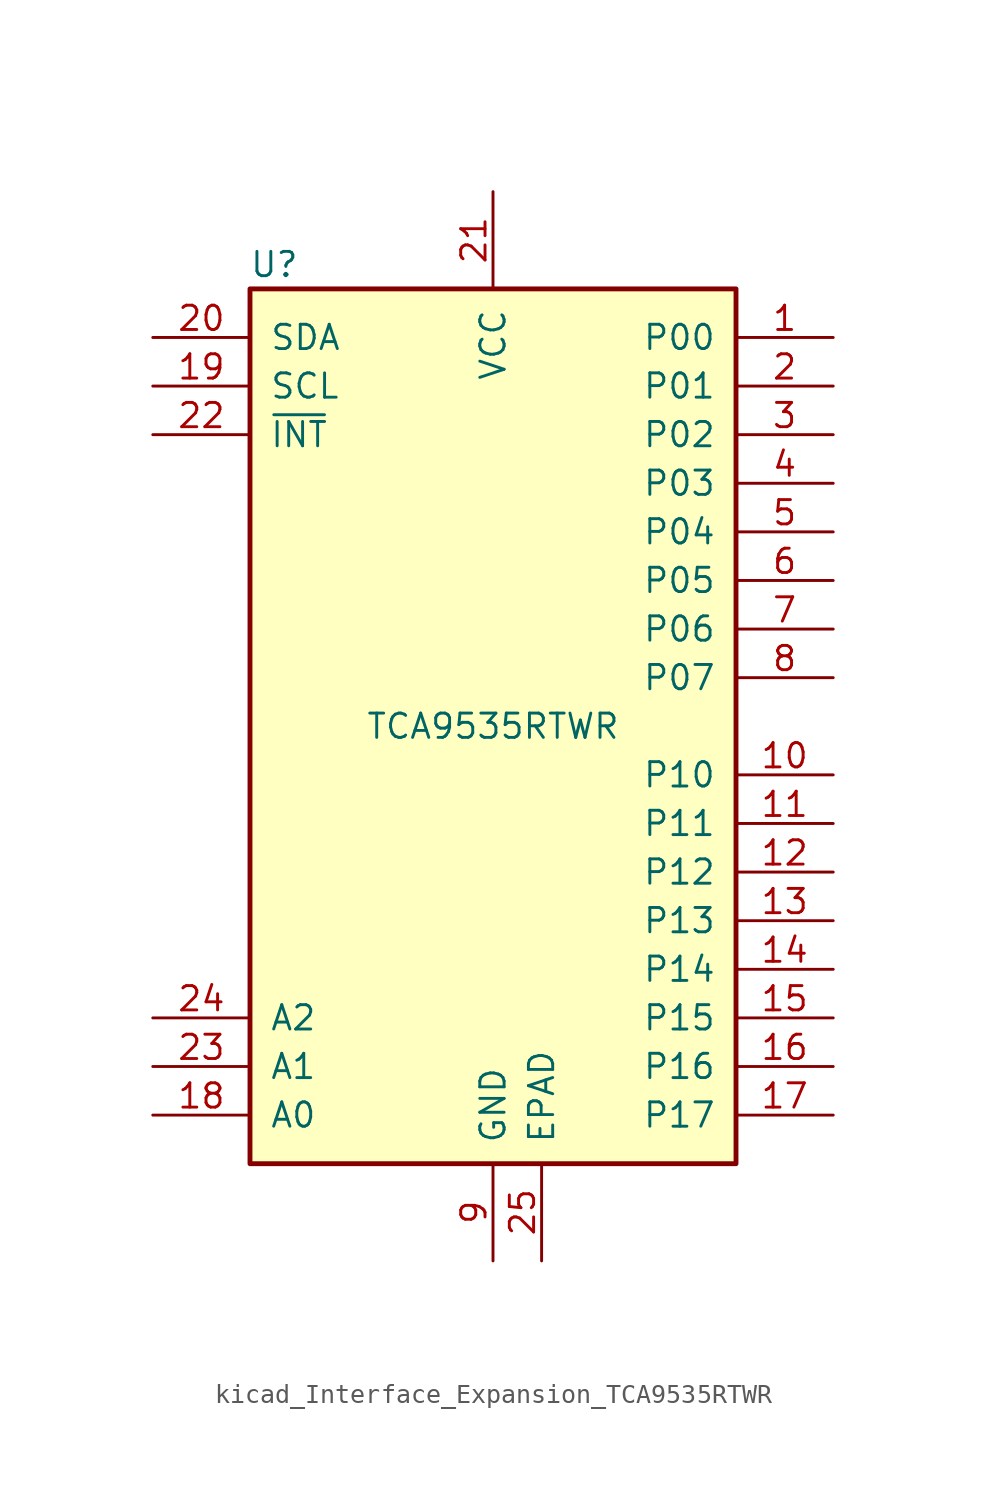
<source format=kicad_sym>
(kicad_symbol_lib
  (version 20220914)
  (generator kicad_symbol_editor)
  (symbol "kicad_Interface_Expansion_TCA9535RTWR"
    (pin_names
      (offset 1.016))
    (property "Reference" "U"
      (at -11.43 24.13 0)
      (effects (font (size 1.27 1.27))))
    (property "Value" "TCA9535RTWR"
      (at 0 0 0)
      (effects (font (size 1.27 1.27))))
    (symbol "kicad_Interface_Expansion_TCA9535RTWR_0_1"
      (rectangle (start -12.7 22.86) (end 12.7 -22.86) (stroke (width 0.254) (type default)) (fill (type background))))
    (symbol "kicad_Interface_Expansion_TCA9535RTWR_1_1"
      (pin bidirectional line (at 17.78 20.32 180) (length 5.08) (name "P00" (effects (font (size 1.27 1.27)))) (number "1" (effects (font (size 1.27 1.27)))))
      (pin bidirectional line (at 17.78 -2.54 180) (length 5.08) (name "P10" (effects (font (size 1.27 1.27)))) (number "10" (effects (font (size 1.27 1.27)))))
      (pin bidirectional line (at 17.78 -5.08 180) (length 5.08) (name "P11" (effects (font (size 1.27 1.27)))) (number "11" (effects (font (size 1.27 1.27)))))
      (pin bidirectional line (at 17.78 -7.62 180) (length 5.08) (name "P12" (effects (font (size 1.27 1.27)))) (number "12" (effects (font (size 1.27 1.27)))))
      (pin bidirectional line (at 17.78 -10.16 180) (length 5.08) (name "P13" (effects (font (size 1.27 1.27)))) (number "13" (effects (font (size 1.27 1.27)))))
      (pin bidirectional line (at 17.78 -12.7 180) (length 5.08) (name "P14" (effects (font (size 1.27 1.27)))) (number "14" (effects (font (size 1.27 1.27)))))
      (pin bidirectional line (at 17.78 -15.24 180) (length 5.08) (name "P15" (effects (font (size 1.27 1.27)))) (number "15" (effects (font (size 1.27 1.27)))))
      (pin bidirectional line (at 17.78 -17.78 180) (length 5.08) (name "P16" (effects (font (size 1.27 1.27)))) (number "16" (effects (font (size 1.27 1.27)))))
      (pin bidirectional line (at 17.78 -20.32 180) (length 5.08) (name "P17" (effects (font (size 1.27 1.27)))) (number "17" (effects (font (size 1.27 1.27)))))
      (pin input line (at -17.78 -20.32 0) (length 5.08) (name "A0" (effects (font (size 1.27 1.27)))) (number "18" (effects (font (size 1.27 1.27)))))
      (pin input line (at -17.78 17.78 0) (length 5.08) (name "SCL" (effects (font (size 1.27 1.27)))) (number "19" (effects (font (size 1.27 1.27)))))
      (pin bidirectional line (at 17.78 17.78 180) (length 5.08) (name "P01" (effects (font (size 1.27 1.27)))) (number "2" (effects (font (size 1.27 1.27)))))
      (pin bidirectional line (at -17.78 20.32 0) (length 5.08) (name "SDA" (effects (font (size 1.27 1.27)))) (number "20" (effects (font (size 1.27 1.27)))))
      (pin power_in line (at 0 27.94 270) (length 5.08) (name "VCC" (effects (font (size 1.27 1.27)))) (number "21" (effects (font (size 1.27 1.27)))))
      (pin open_collector line (at -17.78 15.24 0) (length 5.08) (name "~{INT}" (effects (font (size 1.27 1.27)))) (number "22" (effects (font (size 1.27 1.27)))))
      (pin input line (at -17.78 -17.78 0) (length 5.08) (name "A1" (effects (font (size 1.27 1.27)))) (number "23" (effects (font (size 1.27 1.27)))))
      (pin input line (at -17.78 -15.24 0) (length 5.08) (name "A2" (effects (font (size 1.27 1.27)))) (number "24" (effects (font (size 1.27 1.27)))))
      (pin input line (at 2.54 -27.94 90) (length 5.08) (name "EPAD" (effects (font (size 1.27 1.27)))) (number "25" (effects (font (size 1.27 1.27)))))
      (pin bidirectional line (at 17.78 15.24 180) (length 5.08) (name "P02" (effects (font (size 1.27 1.27)))) (number "3" (effects (font (size 1.27 1.27)))))
      (pin bidirectional line (at 17.78 12.7 180) (length 5.08) (name "P03" (effects (font (size 1.27 1.27)))) (number "4" (effects (font (size 1.27 1.27)))))
      (pin bidirectional line (at 17.78 10.16 180) (length 5.08) (name "P04" (effects (font (size 1.27 1.27)))) (number "5" (effects (font (size 1.27 1.27)))))
      (pin bidirectional line (at 17.78 7.62 180) (length 5.08) (name "P05" (effects (font (size 1.27 1.27)))) (number "6" (effects (font (size 1.27 1.27)))))
      (pin bidirectional line (at 17.78 5.08 180) (length 5.08) (name "P06" (effects (font (size 1.27 1.27)))) (number "7" (effects (font (size 1.27 1.27)))))
      (pin bidirectional line (at 17.78 2.54 180) (length 5.08) (name "P07" (effects (font (size 1.27 1.27)))) (number "8" (effects (font (size 1.27 1.27)))))
      (pin power_in line (at 0 -27.94 90) (length 5.08) (name "GND" (effects (font (size 1.27 1.27)))) (number "9" (effects (font (size 1.27 1.27))))))))
</source>
